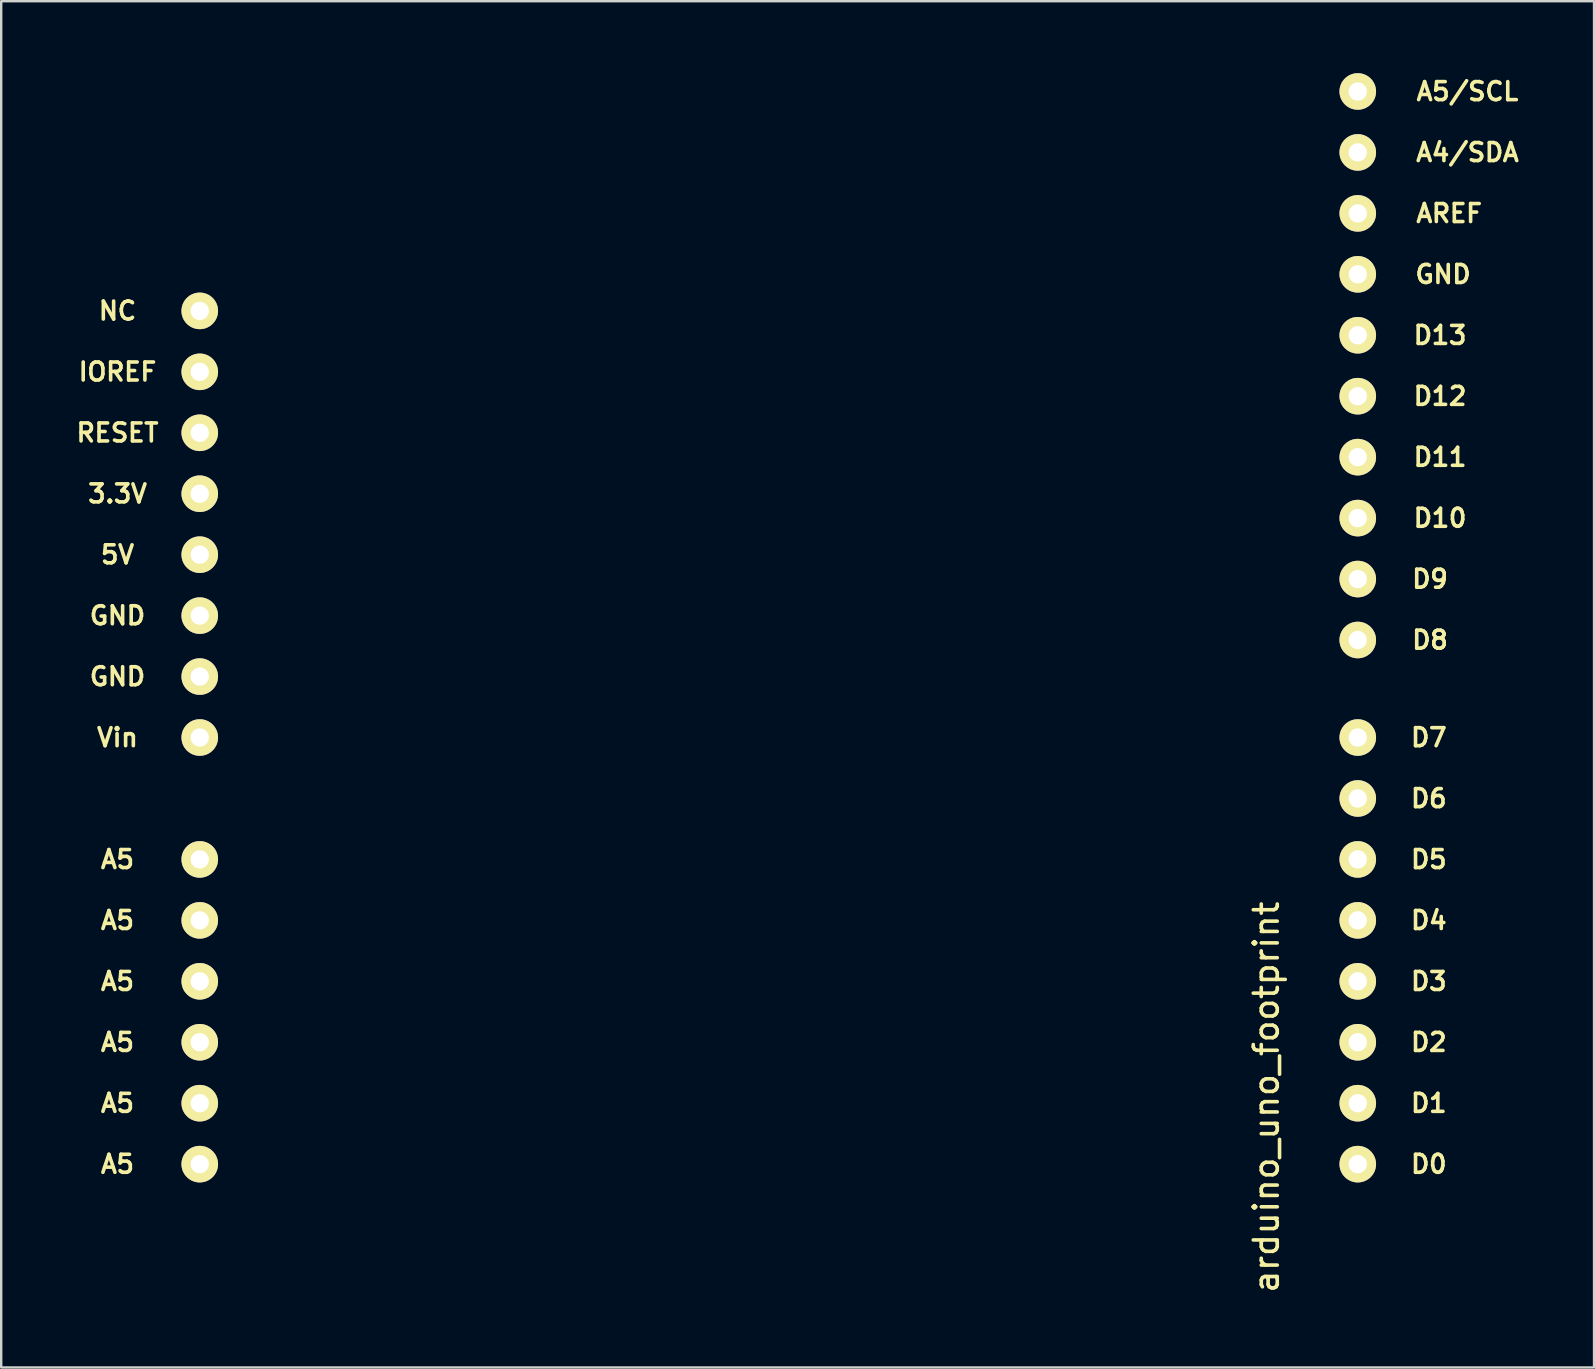
<source format=kicad_pcb>
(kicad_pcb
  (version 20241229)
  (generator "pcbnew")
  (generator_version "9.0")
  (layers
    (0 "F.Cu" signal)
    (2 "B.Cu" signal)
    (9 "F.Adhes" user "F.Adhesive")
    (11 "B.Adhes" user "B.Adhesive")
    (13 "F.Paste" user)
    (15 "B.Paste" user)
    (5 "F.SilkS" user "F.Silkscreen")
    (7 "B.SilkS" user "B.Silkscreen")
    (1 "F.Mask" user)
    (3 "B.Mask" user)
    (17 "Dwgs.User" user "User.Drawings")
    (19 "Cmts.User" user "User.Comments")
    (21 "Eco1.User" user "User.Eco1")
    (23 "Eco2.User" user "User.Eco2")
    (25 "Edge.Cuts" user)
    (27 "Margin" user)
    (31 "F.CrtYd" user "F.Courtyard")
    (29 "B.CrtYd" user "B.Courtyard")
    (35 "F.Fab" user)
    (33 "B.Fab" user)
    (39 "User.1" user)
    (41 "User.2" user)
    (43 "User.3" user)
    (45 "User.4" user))
  (footprint "arduino_uno_footprint"
    (layer "F.Cu")
    (at 29.405 25.146)
    (property "Reference" "arduino_uno_footprint" (at 20.32 17.526 90) (layer "F.SilkS") (effects (font (size 1 1) (thickness 0.15))))
    (attr through_hole)
    (fp_text user "A5/SCL" (at 28.702 -24.384 0) (layer "F.SilkS") (effects (font (size 0.75 0.75) (thickness 0.15))))
    (fp_text user "D2" (at 27.091 15.24 0) (layer "F.SilkS") (effects (font (size 0.75 0.75) (thickness 0.15))))
    (fp_text user "A4/SDA" (at 28.702 -21.844 0) (layer "F.SilkS") (effects (font (size 0.75 0.75) (thickness 0.15))))
    (fp_text user "D1" (at 27.091 17.78 0) (layer "F.SilkS") (effects (font (size 0.75 0.75) (thickness 0.15))))
    (fp_text user "A5" (at -27.559 7.62 0) (layer "F.SilkS") (effects (font (size 0.75 0.75) (thickness 0.15))))
    (fp_text user "A5" (at -27.559 12.7 0) (layer "F.SilkS") (effects (font (size 0.75 0.75) (thickness 0.15))))
    (fp_text user "D12" (at 27.559 -11.684 0) (layer "F.SilkS") (effects (font (size 0.75 0.75) (thickness 0.15))))
    (fp_text user "D7" (at 27.091 2.54 0) (layer "F.SilkS") (effects (font (size 0.75 0.75) (thickness 0.15))))
    (fp_text user "RESET" (at -27.559 -10.16 0) (layer "F.SilkS") (effects (font (size 0.75 0.75) (thickness 0.15))))
    (fp_text user "A5" (at -27.559 15.24 0) (layer "F.SilkS") (effects (font (size 0.75 0.75) (thickness 0.15))))
    (fp_text user "3.3V" (at -27.559 -7.62 0) (layer "F.SilkS") (effects (font (size 0.75 0.75) (thickness 0.15))))
    (fp_text user "D6" (at 27.091 5.08 0) (layer "F.SilkS") (effects (font (size 0.75 0.75) (thickness 0.15))))
    (fp_text user "GND" (at -27.559 0 0) (layer "F.SilkS") (effects (font (size 0.75 0.75) (thickness 0.15))))
    (fp_text user "GND" (at 27.686 -16.764 0) (layer "F.SilkS") (effects (font (size 0.75 0.75) (thickness 0.15))))
    (fp_text user "D9" (at 27.141 -4.064 0) (layer "F.SilkS") (effects (font (size 0.75 0.75) (thickness 0.15))))
    (fp_text user "GND" (at -27.559 -2.54 0) (layer "F.SilkS") (effects (font (size 0.75 0.75) (thickness 0.15))))
    (fp_text user "D4" (at 27.091 10.16 0) (layer "F.SilkS") (effects (font (size 0.75 0.75) (thickness 0.15))))
    (fp_text user "NC" (at -27.559 -15.24 0) (layer "F.SilkS") (effects (font (size 0.75 0.75) (thickness 0.15))))
    (fp_text user "D0" (at 27.091 20.32 0) (layer "F.SilkS") (effects (font (size 0.75 0.75) (thickness 0.15))))
    (fp_text user "D5" (at 27.091 7.62 0) (layer "F.SilkS") (effects (font (size 0.75 0.75) (thickness 0.15))))
    (fp_text user "D10" (at 27.559 -6.604 0) (layer "F.SilkS") (effects (font (size 0.75 0.75) (thickness 0.15))))
    (fp_text user "A5" (at -27.559 20.32 0) (layer "F.SilkS") (effects (font (size 0.75 0.75) (thickness 0.15))))
    (fp_text user "D13" (at 27.559 -14.224 0) (layer "F.SilkS") (effects (font (size 0.75 0.75) (thickness 0.15))))
    (fp_text user "A5" (at -27.559 10.16 0) (layer "F.SilkS") (effects (font (size 0.75 0.75) (thickness 0.15))))
    (fp_text user "A5" (at -27.559 17.78 0) (layer "F.SilkS") (effects (font (size 0.75 0.75) (thickness 0.15))))
    (fp_text user "D11" (at 27.559 -9.144 0) (layer "F.SilkS") (effects (font (size 0.75 0.75) (thickness 0.15))))
    (fp_text user "Vin" (at -27.559 2.54 0) (layer "F.SilkS") (effects (font (size 0.75 0.75) (thickness 0.15))))
    (fp_text user "IOREF" (at -27.559 -12.7 0) (layer "F.SilkS") (effects (font (size 0.75 0.75) (thickness 0.15))))
    (fp_text user "D8" (at 27.141 -1.524 0) (layer "F.SilkS") (effects (font (size 0.75 0.75) (thickness 0.15))))
    (fp_text user "5V" (at -27.559 -5.08 0) (layer "F.SilkS") (effects (font (size 0.75 0.75) (thickness 0.15))))
    (fp_text user "D3" (at 27.091 12.7 0) (layer "F.SilkS") (effects (font (size 0.75 0.75) (thickness 0.15))))
    (fp_text user "AREF" (at 27.94 -19.304 0) (layer "F.SilkS") (effects (font (size 0.75 0.75) (thickness 0.15))))
    (pad "1" thru_hole circle (at 24.13 20.32) (size 1.524 1.524) (drill 0.762) (layers "*.Cu" "*.Mask" "F.SilkS"))
    (pad "2" thru_hole circle (at 24.13 17.78) (size 1.524 1.524) (drill 0.762) (layers "*.Cu" "*.Mask" "F.SilkS"))
    (pad "3" thru_hole circle (at 24.13 15.24) (size 1.524 1.524) (drill 0.762) (layers "*.Cu" "*.Mask" "F.SilkS"))
    (pad "4" thru_hole circle (at 24.13 12.7) (size 1.524 1.524) (drill 0.762) (layers "*.Cu" "*.Mask" "F.SilkS"))
    (pad "5" thru_hole circle (at 24.13 10.16) (size 1.524 1.524) (drill 0.762) (layers "*.Cu" "*.Mask" "F.SilkS"))
    (pad "6" thru_hole circle (at 24.13 7.62) (size 1.524 1.524) (drill 0.762) (layers "*.Cu" "*.Mask" "F.SilkS"))
    (pad "7" thru_hole circle (at 24.13 5.08) (size 1.524 1.524) (drill 0.762) (layers "*.Cu" "*.Mask" "F.SilkS"))
    (pad "8" thru_hole circle (at 24.13 2.54) (size 1.524 1.524) (drill 0.762) (layers "*.Cu" "*.Mask" "F.SilkS"))
    (pad "9" thru_hole circle (at 24.13 -1.524) (size 1.524 1.524) (drill 0.762) (layers "*.Cu" "*.Mask" "F.SilkS"))
    (pad "10" thru_hole circle (at 24.13 -4.064) (size 1.524 1.524) (drill 0.762) (layers "*.Cu" "*.Mask" "F.SilkS"))
    (pad "11" thru_hole circle (at 24.13 -6.604) (size 1.524 1.524) (drill 0.762) (layers "*.Cu" "*.Mask" "F.SilkS"))
    (pad "12" thru_hole circle (at 24.13 -9.144) (size 1.524 1.524) (drill 0.762) (layers "*.Cu" "*.Mask" "F.SilkS"))
    (pad "13" thru_hole circle (at 24.13 -11.684) (size 1.524 1.524) (drill 0.762) (layers "*.Cu" "*.Mask" "F.SilkS"))
    (pad "14" thru_hole circle (at 24.13 -14.224) (size 1.524 1.524) (drill 0.762) (layers "*.Cu" "*.Mask" "F.SilkS"))
    (pad "15" thru_hole circle (at 24.13 -16.764) (size 1.524 1.524) (drill 0.762) (layers "*.Cu" "*.Mask" "F.SilkS"))
    (pad "16" thru_hole circle (at 24.13 -19.304) (size 1.524 1.524) (drill 0.762) (layers "*.Cu" "*.Mask" "F.SilkS"))
    (pad "17" thru_hole circle (at 24.13 -21.844) (size 1.524 1.524) (drill 0.762) (layers "*.Cu" "*.Mask" "F.SilkS"))
    (pad "18" thru_hole circle (at 24.13 -24.384) (size 1.524 1.524) (drill 0.762) (layers "*.Cu" "*.Mask" "F.SilkS"))
    (pad "19" thru_hole circle (at -24.13 20.32) (size 1.524 1.524) (drill 0.762) (layers "*.Cu" "*.Mask" "F.SilkS"))
    (pad "20" thru_hole circle (at -24.13 17.78) (size 1.524 1.524) (drill 0.762) (layers "*.Cu" "*.Mask" "F.SilkS"))
    (pad "21" thru_hole circle (at -24.13 15.24) (size 1.524 1.524) (drill 0.762) (layers "*.Cu" "*.Mask" "F.SilkS"))
    (pad "22" thru_hole circle (at -24.13 12.7) (size 1.524 1.524) (drill 0.762) (layers "*.Cu" "*.Mask" "F.SilkS"))
    (pad "23" thru_hole circle (at -24.13 10.16) (size 1.524 1.524) (drill 0.762) (layers "*.Cu" "*.Mask" "F.SilkS"))
    (pad "24" thru_hole circle (at -24.13 7.62) (size 1.524 1.524) (drill 0.762) (layers "*.Cu" "*.Mask" "F.SilkS"))
    (pad "25" thru_hole circle (at -24.13 2.54) (size 1.524 1.524) (drill 0.762) (layers "*.Cu" "*.Mask" "F.SilkS"))
    (pad "26" thru_hole circle (at -24.13 0) (size 1.524 1.524) (drill 0.762) (layers "*.Cu" "*.Mask" "F.SilkS"))
    (pad "27" thru_hole circle (at -24.13 -2.54) (size 1.524 1.524) (drill 0.762) (layers "*.Cu" "*.Mask" "F.SilkS"))
    (pad "28" thru_hole circle (at -24.13 -5.08) (size 1.524 1.524) (drill 0.762) (layers "*.Cu" "*.Mask" "F.SilkS"))
    (pad "29" thru_hole circle (at -24.13 -7.62) (size 1.524 1.524) (drill 0.762) (layers "*.Cu" "*.Mask" "F.SilkS"))
    (pad "30" thru_hole circle (at -24.13 -10.16) (size 1.524 1.524) (drill 0.762) (layers "*.Cu" "*.Mask" "F.SilkS"))
    (pad "31" thru_hole circle (at -24.13 -12.7) (size 1.524 1.524) (drill 0.762) (layers "*.Cu" "*.Mask" "F.SilkS"))
    (pad "32" thru_hole circle (at -24.13 -15.24) (size 1.524 1.524) (drill 0.762) (layers "*.Cu" "*.Mask" "F.SilkS")))
  (gr_rect
    (start -3 -3)
    (end 63.382 53.94)
    (stroke (width 0.1) (type default))
    (fill no)
    (layer "Edge.Cuts")))
</source>
